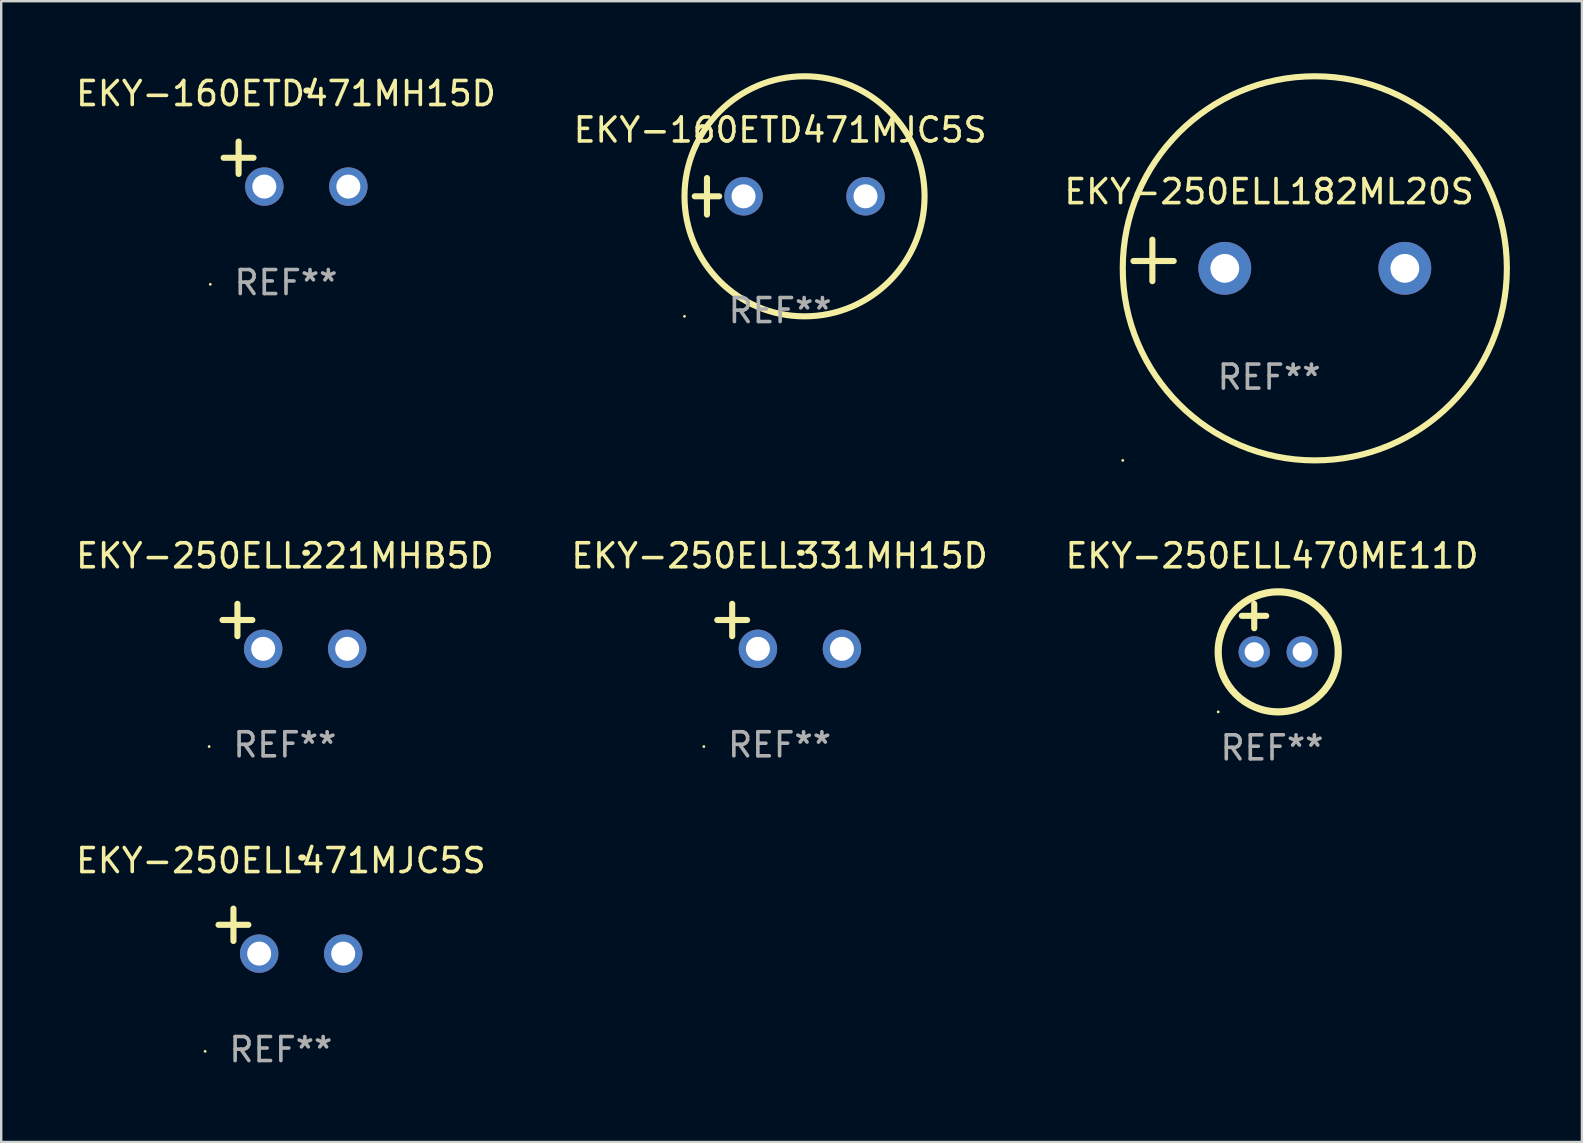
<source format=kicad_pcb>
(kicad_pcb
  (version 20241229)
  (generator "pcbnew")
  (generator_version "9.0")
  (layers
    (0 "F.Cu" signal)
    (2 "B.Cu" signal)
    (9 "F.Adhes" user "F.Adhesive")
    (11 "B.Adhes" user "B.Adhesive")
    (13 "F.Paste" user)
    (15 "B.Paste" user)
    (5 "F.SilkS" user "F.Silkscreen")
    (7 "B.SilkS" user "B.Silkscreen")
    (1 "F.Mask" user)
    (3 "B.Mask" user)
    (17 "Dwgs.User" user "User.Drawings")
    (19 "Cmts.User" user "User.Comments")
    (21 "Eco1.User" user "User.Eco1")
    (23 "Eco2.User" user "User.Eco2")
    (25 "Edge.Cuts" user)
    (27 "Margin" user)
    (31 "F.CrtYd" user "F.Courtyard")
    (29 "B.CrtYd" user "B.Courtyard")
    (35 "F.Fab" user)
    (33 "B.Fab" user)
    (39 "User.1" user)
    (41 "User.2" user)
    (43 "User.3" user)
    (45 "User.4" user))
  (footprint "EKY-250ELL470ME11D"
    (layer "F.Cu")
    (at 49.935 23.102)
    (property "Reference" "EKY-250ELL470ME11D" (at 0 -3 0) (layer "F.SilkS") (effects (font (size 1 1) (thickness 0.15))))
    (attr through_hole)
    (fp_line (start -1.258 -0.5) (end -0.242 -0.5) (stroke (width 0.254) (type solid)) (layer "F.SilkS"))
    (fp_line (start -0.742 -1) (end -0.742 0.016) (stroke (width 0.254) (type solid)) (layer "F.SilkS"))
    (fp_circle (center -2.242 3.5) (end -2.212 3.5) (stroke (width 0.06) (type solid)) (fill no) (layer "F.SilkS"))
    (fp_circle (center 0.258 1) (end 2.758 1) (stroke (width 0.3) (type solid)) (fill no) (layer "F.SilkS"))
    (fp_text user "REF**" (at 0 5 0) (layer "F.Fab") (effects (font (size 1 1) (thickness 0.15))))
    (pad "1" thru_hole circle (at -0.742 1) (size 1.3 1.3) (drill 0.8) (layers "*.Cu" "*.Mask"))
    (pad "2" thru_hole circle (at 1.258 1) (size 1.3 1.3) (drill 0.8) (layers "*.Cu" "*.Mask")))
  (footprint "EKY-250ELL471MJC5S"
    (layer "F.Cu")
    (at 8.649 35.735)
    (property "Reference" "EKY-250ELL471MJC5S" (at 0 -2.937 0) (layer "F.SilkS") (effects (font (size 1 1) (thickness 0.15))))
    (attr through_hole)
    (fp_line (start -1.975 0.41) (end -1.975 -0.937) (stroke (width 0.254) (type solid)) (layer "F.SilkS"))
    (fp_line (start -1.353 -0.263) (end -2.597 -0.263) (stroke (width 0.254) (type solid)) (layer "F.SilkS"))
    (fp_arc (start 0.849809 -3.063957) (mid 0.885369 -3.064114) (end 0.920929 -3.063957) (stroke (width 0.254001) (type solid)) (layer "F.SilkS"))
    (fp_circle (center -3.154 5.008) (end -3.124 5.008) (stroke (width 0.06) (type solid)) (fill no) (layer "F.SilkS"))
    (fp_text user "REF**" (at 0 4.937 0) (layer "F.Fab") (effects (font (size 1 1) (thickness 0.15))))
    (pad "1" thru_hole circle (at -0.903 0.937) (size 1.6 1.6) (drill 1) (layers "*.Cu" "*.Mask"))
    (pad "2" thru_hole circle (at 2.597 0.937) (size 1.6 1.6) (drill 1) (layers "*.Cu" "*.Mask")))
  (footprint "EKY-250ELL221MHB5D"
    (layer "F.Cu")
    (at 8.815 23.039)
    (property "Reference" "EKY-250ELL221MHB5D" (at 0 -2.937 0) (layer "F.SilkS") (effects (font (size 1 1) (thickness 0.15))))
    (attr through_hole)
    (fp_line (start -1.975 0.41) (end -1.975 -0.937) (stroke (width 0.254) (type solid)) (layer "F.SilkS"))
    (fp_line (start -1.353 -0.263) (end -2.597 -0.263) (stroke (width 0.254) (type solid)) (layer "F.SilkS"))
    (fp_arc (start 0.849809 -3.063957) (mid 0.885369 -3.064114) (end 0.920929 -3.063957) (stroke (width 0.254001) (type solid)) (layer "F.SilkS"))
    (fp_circle (center -3.154 5.008) (end -3.124 5.008) (stroke (width 0.06) (type solid)) (fill no) (layer "F.SilkS"))
    (fp_text user "REF**" (at 0 4.937 0) (layer "F.Fab") (effects (font (size 1 1) (thickness 0.15))))
    (pad "1" thru_hole circle (at -0.903 0.937) (size 1.6 1.6) (drill 1) (layers "*.Cu" "*.Mask"))
    (pad "2" thru_hole circle (at 2.597 0.937) (size 1.6 1.6) (drill 1) (layers "*.Cu" "*.Mask")))
  (footprint "EKY-250ELL182ML20S"
    (layer "F.Cu")
    (at 49.815 7.797)
    (property "Reference" "EKY-250ELL182ML20S" (at 0 -2.864 0) (layer "F.SilkS") (effects (font (size 1 1) (thickness 0.15))))
    (attr through_hole)
    (fp_line (start -4.864 0.864) (end -4.864 -0.864) (stroke (width 0.254) (type solid)) (layer "F.SilkS"))
    (fp_line (start -3.975 0.025) (end -5.652 0.025) (stroke (width 0.254) (type solid)) (layer "F.SilkS"))
    (fp_circle (center -6.098 8.33) (end -6.068 8.33) (stroke (width 0.06) (type solid)) (fill no) (layer "F.SilkS"))
    (fp_circle (center 1.902 0.33) (end 9.902 0.33) (stroke (width 0.254) (type solid)) (fill no) (layer "F.SilkS"))
    (fp_text user "REF**" (at 0 4.864 0) (layer "F.Fab") (effects (font (size 1 1) (thickness 0.15))))
    (pad "1" thru_hole circle (at -1.848 0.33) (size 2.2 2.2) (drill 1.2) (layers "*.Cu" "*.Mask"))
    (pad "2" thru_hole circle (at 5.652 0.33) (size 2.2 2.2) (drill 1.2) (layers "*.Cu" "*.Mask")))
  (footprint "EKY-250ELL331MH15D"
    (layer "F.Cu")
    (at 29.423 23.039)
    (property "Reference" "EKY-250ELL331MH15D" (at 0 -2.937 0) (layer "F.SilkS") (effects (font (size 1 1) (thickness 0.15))))
    (attr through_hole)
    (fp_line (start -1.975 0.41) (end -1.975 -0.937) (stroke (width 0.254) (type solid)) (layer "F.SilkS"))
    (fp_line (start -1.353 -0.263) (end -2.597 -0.263) (stroke (width 0.254) (type solid)) (layer "F.SilkS"))
    (fp_arc (start 0.849809 -3.063957) (mid 0.885369 -3.064114) (end 0.920929 -3.063957) (stroke (width 0.254001) (type solid)) (layer "F.SilkS"))
    (fp_circle (center -3.154 5.008) (end -3.124 5.008) (stroke (width 0.06) (type solid)) (fill no) (layer "F.SilkS"))
    (fp_text user "REF**" (at 0 4.937 0) (layer "F.Fab") (effects (font (size 1 1) (thickness 0.15))))
    (pad "1" thru_hole circle (at -0.903 0.937) (size 1.6 1.6) (drill 1) (layers "*.Cu" "*.Mask"))
    (pad "2" thru_hole circle (at 2.597 0.937) (size 1.6 1.6) (drill 1) (layers "*.Cu" "*.Mask")))
  (footprint "EKY-160ETD471MH15D"
    (layer "F.Cu")
    (at 8.863 3.785)
    (property "Reference" "EKY-160ETD471MH15D" (at 0 -2.937 0) (layer "F.SilkS") (effects (font (size 1 1) (thickness 0.15))))
    (attr through_hole)
    (fp_line (start -1.975 0.41) (end -1.975 -0.937) (stroke (width 0.254) (type solid)) (layer "F.SilkS"))
    (fp_line (start -1.353 -0.263) (end -2.597 -0.263) (stroke (width 0.254) (type solid)) (layer "F.SilkS"))
    (fp_arc (start 0.849809 -3.063957) (mid 0.885369 -3.064114) (end 0.920929 -3.063957) (stroke (width 0.254001) (type solid)) (layer "F.SilkS"))
    (fp_circle (center -3.154 5.008) (end -3.124 5.008) (stroke (width 0.06) (type solid)) (fill no) (layer "F.SilkS"))
    (fp_text user "REF**" (at 0 4.937 0) (layer "F.Fab") (effects (font (size 1 1) (thickness 0.15))))
    (pad "1" thru_hole circle (at -0.903 0.937) (size 1.6 1.6) (drill 1) (layers "*.Cu" "*.Mask"))
    (pad "2" thru_hole circle (at 2.597 0.937) (size 1.6 1.6) (drill 1) (layers "*.Cu" "*.Mask")))
  (footprint "EKY-160ETD471MJC5S"
    (layer "F.Cu")
    (at 29.446 5.127)
    (property "Reference" "EKY-160ETD471MJC5S" (at 0 -2.762 0) (layer "F.SilkS") (effects (font (size 1 1) (thickness 0.15))))
    (attr through_hole)
    (fp_line (start -3.556 0) (end -2.54 0) (stroke (width 0.254) (type solid)) (layer "F.SilkS"))
    (fp_line (start -3.048 -0.762) (end -3.048 0.762) (stroke (width 0.254) (type solid)) (layer "F.SilkS"))
    (fp_circle (center -3.984 5) (end -3.954 5) (stroke (width 0.06) (type solid)) (fill no) (layer "F.SilkS"))
    (fp_circle (center 1.016 0) (end 6.016 0) (stroke (width 0.254) (type solid)) (fill no) (layer "F.SilkS"))
    (fp_text user "REF**" (at 0 4.762 0) (layer "F.Fab") (effects (font (size 1 1) (thickness 0.15))))
    (pad "1" thru_hole circle (at -1.524 0) (size 1.6 1.6) (drill 1) (layers "*.Cu" "*.Mask"))
    (pad "2" thru_hole circle (at 3.556 0) (size 1.6 1.6) (drill 1) (layers "*.Cu" "*.Mask")))
  (gr_rect
    (start -3 -3)
    (end 62.844 44.52)
    (stroke (width 0.1) (type default))
    (fill no)
    (layer "Edge.Cuts")))
</source>
